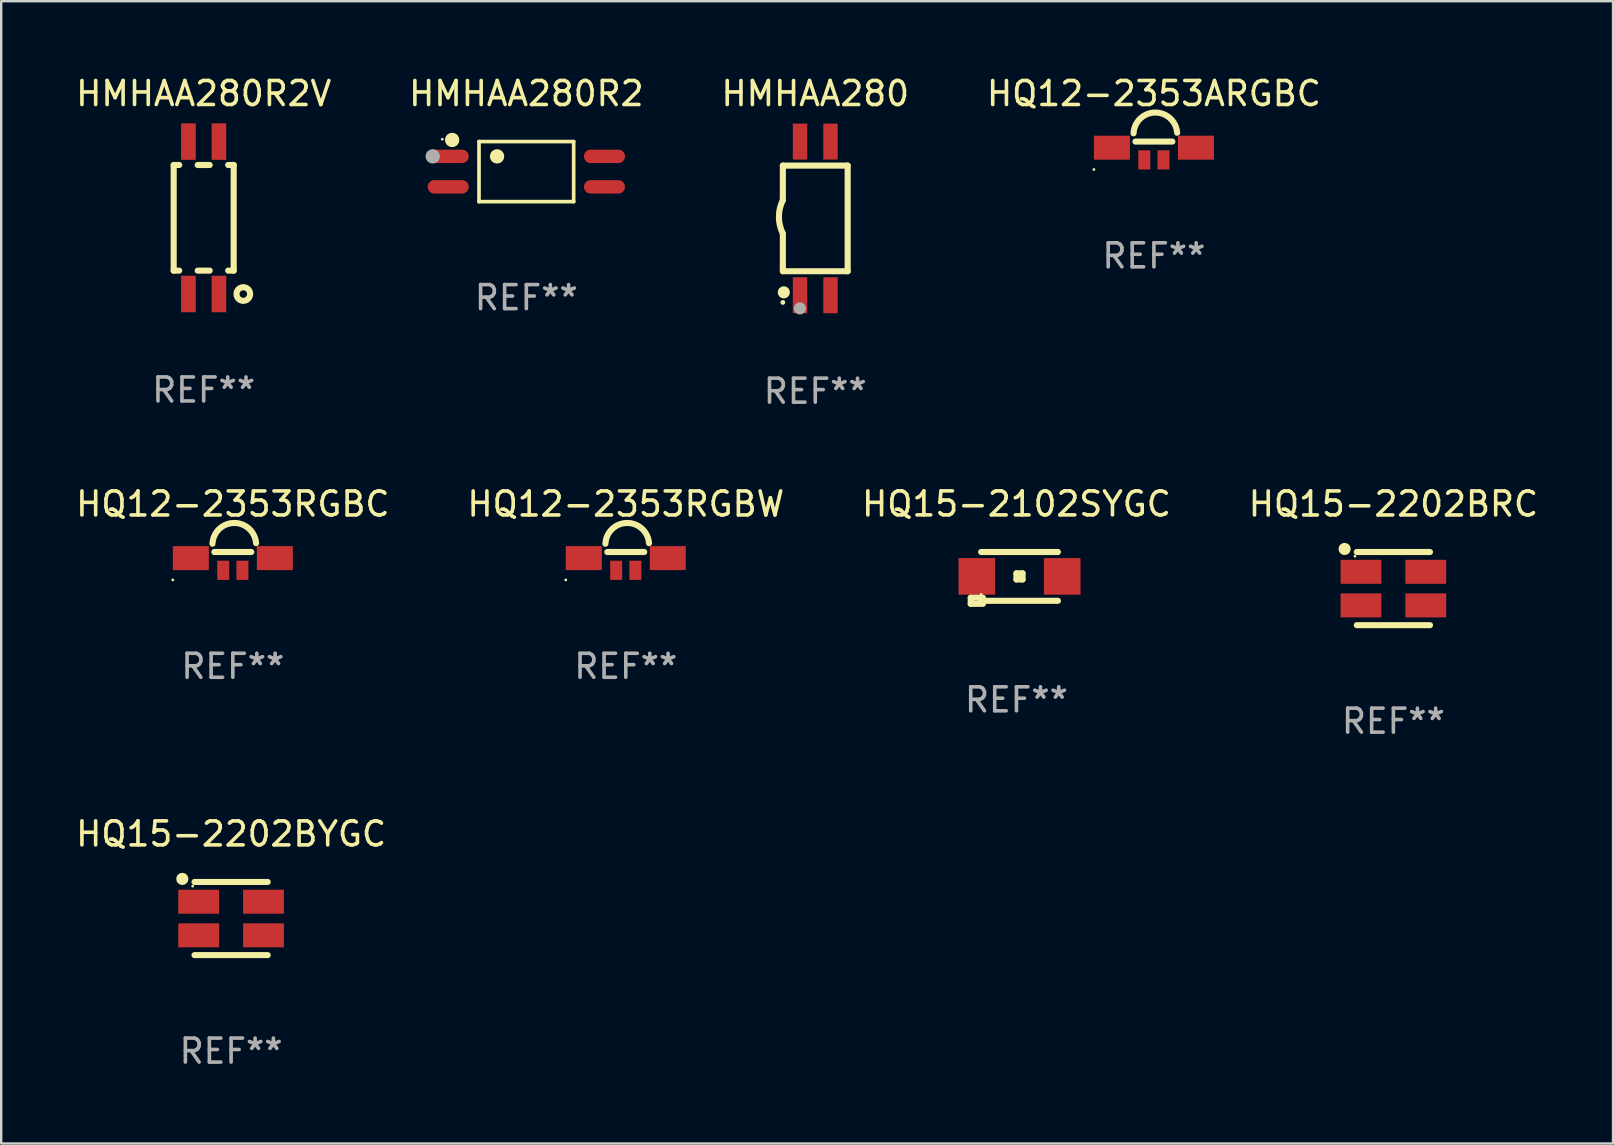
<source format=kicad_pcb>
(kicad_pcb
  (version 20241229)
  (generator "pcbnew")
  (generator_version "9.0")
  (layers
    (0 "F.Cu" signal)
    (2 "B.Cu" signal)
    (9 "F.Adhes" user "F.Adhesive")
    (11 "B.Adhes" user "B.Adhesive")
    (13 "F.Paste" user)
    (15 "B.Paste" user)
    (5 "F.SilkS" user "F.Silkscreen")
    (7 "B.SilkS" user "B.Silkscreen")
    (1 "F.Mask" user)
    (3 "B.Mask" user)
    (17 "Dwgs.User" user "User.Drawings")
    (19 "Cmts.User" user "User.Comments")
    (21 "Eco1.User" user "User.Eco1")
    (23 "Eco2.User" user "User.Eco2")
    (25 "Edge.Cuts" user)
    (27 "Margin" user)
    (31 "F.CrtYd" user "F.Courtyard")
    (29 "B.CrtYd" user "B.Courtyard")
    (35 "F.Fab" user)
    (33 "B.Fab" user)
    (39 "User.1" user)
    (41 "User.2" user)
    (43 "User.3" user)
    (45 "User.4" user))
  (footprint "HMHAA280R2"
    (layer "F.Cu")
    (at 18.875 4.099)
    (property "Reference" "HMHAA280R2" (at 0 -3.251 0) (layer "F.SilkS") (effects (font (size 1 1) (thickness 0.15))))
    (attr through_hole)
    (fp_line (start -1.971 -1.251) (end 1.972 -1.251) (stroke (width 0.152) (type solid)) (layer "F.SilkS"))
    (fp_line (start -1.971 1.251) (end -1.971 -1.251) (stroke (width 0.152) (type solid)) (layer "F.SilkS"))
    (fp_line (start 1.972 -1.251) (end 1.972 1.251) (stroke (width 0.152) (type solid)) (layer "F.SilkS"))
    (fp_line (start 1.972 1.251) (end -1.971 1.251) (stroke (width 0.152) (type solid)) (layer "F.SilkS"))
    (fp_circle (center -3.5 -1.35) (end -3.47 -1.35) (stroke (width 0.06) (type solid)) (fill no) (layer "F.SilkS"))
    (fp_circle (center -3.09 -1.319) (end -2.94 -1.319) (stroke (width 0.3) (type solid)) (fill no) (layer "F.SilkS"))
    (fp_circle (center -1.219 -0.635) (end -1.069 -0.635) (stroke (width 0.3) (type solid)) (fill no) (layer "F.SilkS"))
    (fp_circle (center -3.9 -0.635) (end -3.75 -0.635) (stroke (width 0.3) (type solid)) (fill no) (layer "F.Fab"))
    (fp_text user "REF**" (at 0 5.251 0) (layer "F.Fab") (effects (font (size 1 1) (thickness 0.15))))
    (pad "1" smd oval (at -3.255 -0.635 270) (size 0.56 1.71) (layers "F.Cu" "F.Mask" "F.Paste"))
    (pad "2" smd oval (at -3.255 0.635 270) (size 0.56 1.71) (layers "F.Cu" "F.Mask" "F.Paste"))
    (pad "3" smd oval (at 3.255 0.635 270) (size 0.56 1.71) (layers "F.Cu" "F.Mask" "F.Paste"))
    (pad "4" smd oval (at 3.255 -0.635 270) (size 0.56 1.71) (layers "F.Cu" "F.Mask" "F.Paste")))
  (footprint "HQ12-2353RGBC"
    (layer "F.Cu")
    (at 6.649 20.326)
    (property "Reference" "HQ12-2353RGBC" (at 0 -2.381 0) (layer "F.SilkS") (effects (font (size 1 1) (thickness 0.15))))
    (attr through_hole)
    (fp_line (start -0.769 -0.381) (end 0.769 -0.381) (stroke (width 0.254) (type solid)) (layer "F.SilkS"))
    (fp_arc (start -0.848566 -0.726213) (mid 0.048327 -1.590582) (end 0.967818 -0.750292) (stroke (width 0.254001) (type solid)) (layer "F.SilkS"))
    (fp_circle (center -2.5 0.781) (end -2.47 0.781) (stroke (width 0.06) (type solid)) (fill no) (layer "F.SilkS"))
    (fp_text user "REF**" (at 0 4.381 0) (layer "F.Fab") (effects (font (size 1 1) (thickness 0.15))))
    (pad "1" smd rect (at -0.4 0.381 270) (size 0.8 0.5) (layers "F.Cu" "F.Mask" "F.Paste"))
    (pad "2" smd rect (at 0.4 0.381 270) (size 0.8 0.5) (layers "F.Cu" "F.Mask" "F.Paste"))
    (pad "3" smd rect (at 1.75 -0.127 90) (size 1 1.5) (layers "F.Cu" "F.Mask" "F.Paste"))
    (pad "4" smd rect (at -1.75 -0.127 90) (size 1 1.5) (layers "F.Cu" "F.Mask" "F.Paste")))
  (footprint "HQ15-2202BRC"
    (layer "F.Cu")
    (at 54.994 21.469)
    (property "Reference" "HQ15-2202BRC" (at 0 -3.524 0) (layer "F.SilkS") (effects (font (size 1 1) (thickness 0.15))))
    (attr through_hole)
    (fp_line (start -1.524 -1.524) (end 1.524 -1.524) (stroke (width 0.254) (type solid)) (layer "F.SilkS"))
    (fp_line (start -1.524 1.524) (end 1.524 1.524) (stroke (width 0.254) (type solid)) (layer "F.SilkS"))
    (fp_circle (center -2.032 -1.651) (end -1.905 -1.651) (stroke (width 0.254) (type solid)) (fill no) (layer "F.SilkS"))
    (fp_circle (center -1.6 -1.35) (end -1.57 -1.35) (stroke (width 0.06) (type solid)) (fill no) (layer "F.SilkS"))
    (fp_text user "REF**" (at 0 5.524 0) (layer "F.Fab") (effects (font (size 1 1) (thickness 0.15))))
    (pad "1" smd rect (at -1.35 -0.7) (size 1.7 1) (layers "F.Cu" "F.Mask" "F.Paste"))
    (pad "2" smd rect (at 1.35 -0.7) (size 1.7 1) (layers "F.Cu" "F.Mask" "F.Paste"))
    (pad "3" smd rect (at -1.35 0.7) (size 1.7 1) (layers "F.Cu" "F.Mask" "F.Paste"))
    (pad "4" smd rect (at 1.35 0.7) (size 1.7 1) (layers "F.Cu" "F.Mask" "F.Paste")))
  (footprint "HMHAA280"
    (layer "F.Cu")
    (at 30.911 6.048)
    (property "Reference" "HMHAA280" (at 0 -5.2 0) (layer "F.SilkS") (effects (font (size 1 1) (thickness 0.15))))
    (attr through_hole)
    (fp_line (start -1.35 2.2) (end -1.35 0.635) (stroke (width 0.254) (type solid)) (layer "F.SilkS"))
    (fp_line (start -1.35 -2.2) (end -1.35 -0.762) (stroke (width 0.254) (type solid)) (layer "F.SilkS"))
    (fp_line (start -1.35 -2.2) (end 1.35 -2.2) (stroke (width 0.254) (type solid)) (layer "F.SilkS"))
    (fp_line (start 1.35 -2.2) (end 1.35 2.2) (stroke (width 0.254) (type solid)) (layer "F.SilkS"))
    (fp_line (start 1.35 2.2) (end -1.35 2.2) (stroke (width 0.254) (type solid)) (layer "F.SilkS"))
    (fp_arc (start -1.348731 0.635001) (mid -1.51405 -0.063354) (end -1.349975 -0.762002) (stroke (width 0.254001) (type solid)) (layer "F.SilkS"))
    (fp_circle (center -1.35 3.5) (end -1.3 3.5) (stroke (width 0.1) (type solid)) (fill no) (layer "F.SilkS"))
    (fp_circle (center -1.31 3.08) (end -1.183 3.08) (stroke (width 0.254) (type solid)) (fill no) (layer "F.SilkS"))
    (fp_circle (center -0.64 3.75) (end -0.513 3.75) (stroke (width 0.254) (type solid)) (fill no) (layer "F.Fab"))
    (fp_text user "REF**" (at 0 7.2 0) (layer "F.Fab") (effects (font (size 1 1) (thickness 0.15))))
    (pad "1" smd rect (at -0.635 3.2 180) (size 0.6 1.5) (layers "F.Cu" "F.Mask" "F.Paste"))
    (pad "2" smd rect (at 0.635 3.2 180) (size 0.6 1.5) (layers "F.Cu" "F.Mask" "F.Paste"))
    (pad "3" smd rect (at 0.635 -3.2 180) (size 0.6 1.5) (layers "F.Cu" "F.Mask" "F.Paste"))
    (pad "4" smd rect (at -0.635 -3.2 180) (size 0.6 1.5) (layers "F.Cu" "F.Mask" "F.Paste")))
  (footprint "HQ12-2353ARGBC"
    (layer "F.Cu")
    (at 45.018 3.229)
    (property "Reference" "HQ12-2353ARGBC" (at 0 -2.381 0) (layer "F.SilkS") (effects (font (size 1 1) (thickness 0.15))))
    (attr through_hole)
    (fp_line (start -0.769 -0.381) (end 0.769 -0.381) (stroke (width 0.254) (type solid)) (layer "F.SilkS"))
    (fp_arc (start -0.848566 -0.726213) (mid 0.048327 -1.590582) (end 0.967818 -0.750292) (stroke (width 0.254001) (type solid)) (layer "F.SilkS"))
    (fp_circle (center -2.5 0.781) (end -2.47 0.781) (stroke (width 0.06) (type solid)) (fill no) (layer "F.SilkS"))
    (fp_text user "REF**" (at 0 4.381 0) (layer "F.Fab") (effects (font (size 1 1) (thickness 0.15))))
    (pad "1" smd rect (at -0.4 0.381 270) (size 0.8 0.5) (layers "F.Cu" "F.Mask" "F.Paste"))
    (pad "2" smd rect (at 0.4 0.381 270) (size 0.8 0.5) (layers "F.Cu" "F.Mask" "F.Paste"))
    (pad "3" smd rect (at 1.75 -0.127 90) (size 1 1.5) (layers "F.Cu" "F.Mask" "F.Paste"))
    (pad "4" smd rect (at -1.75 -0.127 90) (size 1 1.5) (layers "F.Cu" "F.Mask" "F.Paste")))
  (footprint "HQ15-2202BYGC"
    (layer "F.Cu")
    (at 6.577 35.213)
    (property "Reference" "HQ15-2202BYGC" (at 0 -3.524 0) (layer "F.SilkS") (effects (font (size 1 1) (thickness 0.15))))
    (attr through_hole)
    (fp_line (start -1.524 -1.524) (end 1.524 -1.524) (stroke (width 0.254) (type solid)) (layer "F.SilkS"))
    (fp_line (start -1.524 1.524) (end 1.524 1.524) (stroke (width 0.254) (type solid)) (layer "F.SilkS"))
    (fp_circle (center -2.032 -1.651) (end -1.905 -1.651) (stroke (width 0.254) (type solid)) (fill no) (layer "F.SilkS"))
    (fp_circle (center -1.6 -1.35) (end -1.57 -1.35) (stroke (width 0.06) (type solid)) (fill no) (layer "F.SilkS"))
    (fp_text user "REF**" (at 0 5.524 0) (layer "F.Fab") (effects (font (size 1 1) (thickness 0.15))))
    (pad "1" smd rect (at -1.35 -0.7) (size 1.7 1) (layers "F.Cu" "F.Mask" "F.Paste"))
    (pad "2" smd rect (at 1.35 -0.7) (size 1.7 1) (layers "F.Cu" "F.Mask" "F.Paste"))
    (pad "3" smd rect (at -1.35 0.7) (size 1.7 1) (layers "F.Cu" "F.Mask" "F.Paste"))
    (pad "4" smd rect (at 1.35 0.7) (size 1.7 1) (layers "F.Cu" "F.Mask" "F.Paste")))
  (footprint "HQ15-2102SYGC"
    (layer "F.Cu")
    (at 39.292 21.024)
    (property "Reference" "HQ15-2102SYGC" (at 0 -3.08 0) (layer "F.SilkS") (effects (font (size 1 1) (thickness 0.15))))
    (attr through_hole)
    (fp_line (start -1.905 0.826) (end -1.397 0.826) (stroke (width 0.254) (type solid)) (layer "F.SilkS"))
    (fp_line (start -1.905 1.08) (end -1.905 0.826) (stroke (width 0.254) (type solid)) (layer "F.SilkS"))
    (fp_line (start -1.473 -1.08) (end 1.727 -1.08) (stroke (width 0.254) (type solid)) (layer "F.SilkS"))
    (fp_line (start -1.473 0.953) (end 1.727 0.953) (stroke (width 0.254) (type solid)) (layer "F.SilkS"))
    (fp_line (start -1.397 1.08) (end -1.905 1.08) (stroke (width 0.254) (type solid)) (layer "F.SilkS"))
    (fp_line (start 0 -0.191) (end 0.254 -0.191) (stroke (width 0.254) (type solid)) (layer "F.SilkS"))
    (fp_line (start 0 0.064) (end 0 -0.191) (stroke (width 0.254) (type solid)) (layer "F.SilkS"))
    (fp_line (start 0.254 -0.191) (end 0.254 0.064) (stroke (width 0.254) (type solid)) (layer "F.SilkS"))
    (fp_line (start 0.254 0.064) (end 0 0.064) (stroke (width 0.254) (type solid)) (layer "F.SilkS"))
    (fp_circle (center -1.473 0.687) (end -1.443 0.687) (stroke (width 0.06) (type solid)) (fill no) (layer "F.SilkS"))
    (fp_text user "REF**" (at 0 5.08 0) (layer "F.Fab") (effects (font (size 1 1) (thickness 0.15))))
    (pad "1" smd rect (at -1.651 -0.064) (size 1.524 1.524) (layers "F.Cu" "F.Mask" "F.Paste"))
    (pad "2" smd rect (at 1.905 -0.064) (size 1.524 1.524) (layers "F.Cu" "F.Mask" "F.Paste")))
  (footprint "HMHAA280R2V"
    (layer "F.Cu")
    (at 5.435 6.023)
    (property "Reference" "HMHAA280R2V" (at 0 -5.175 0) (layer "F.SilkS") (effects (font (size 1 1) (thickness 0.15))))
    (attr through_hole)
    (fp_line (start -1.25 -2.2) (end -1.25 2.2) (stroke (width 0.254) (type solid)) (layer "F.SilkS"))
    (fp_line (start -1.25 -2.2) (end -1.02 -2.2) (stroke (width 0.254) (type solid)) (layer "F.SilkS"))
    (fp_line (start -1.25 2.2) (end -1.02 2.2) (stroke (width 0.254) (type solid)) (layer "F.SilkS"))
    (fp_line (start -0.25 -2.2) (end 0.25 -2.2) (stroke (width 0.254) (type solid)) (layer "F.SilkS"))
    (fp_line (start -0.25 2.2) (end 0.25 2.2) (stroke (width 0.254) (type solid)) (layer "F.SilkS"))
    (fp_line (start 1.02 2.2) (end 1.25 2.2) (stroke (width 0.254) (type solid)) (layer "F.SilkS"))
    (fp_line (start 1.02 -2.2) (end 1.25 -2.2) (stroke (width 0.254) (type solid)) (layer "F.SilkS"))
    (fp_line (start 1.25 2.2) (end 1.25 -2.2) (stroke (width 0.254) (type solid)) (layer "F.SilkS"))
    (fp_circle (center 1.651 3.175) (end 1.935 3.175) (stroke (width 0.254) (type solid)) (fill no) (layer "F.SilkS"))
    (fp_text user "REF**" (at 0 7.175 0) (layer "F.Fab") (effects (font (size 1 1) (thickness 0.15))))
    (pad "1" smd rect (at 0.635 3.175 180) (size 0.61 1.52) (layers "F.Cu" "F.Mask" "F.Paste"))
    (pad "2" smd rect (at -0.635 3.175 180) (size 0.61 1.52) (layers "F.Cu" "F.Mask" "F.Paste"))
    (pad "3" smd rect (at -0.635 -3.175 180) (size 0.61 1.52) (layers "F.Cu" "F.Mask" "F.Paste"))
    (pad "4" smd rect (at 0.635 -3.175 180) (size 0.61 1.52) (layers "F.Cu" "F.Mask" "F.Paste")))
  (footprint "HQ12-2353RGBW"
    (layer "F.Cu")
    (at 23.018 20.326)
    (property "Reference" "HQ12-2353RGBW" (at 0 -2.381 0) (layer "F.SilkS") (effects (font (size 1 1) (thickness 0.15))))
    (attr through_hole)
    (fp_line (start -0.769 -0.381) (end 0.769 -0.381) (stroke (width 0.254) (type solid)) (layer "F.SilkS"))
    (fp_arc (start -0.848566 -0.726213) (mid 0.048327 -1.590582) (end 0.967818 -0.750292) (stroke (width 0.254001) (type solid)) (layer "F.SilkS"))
    (fp_circle (center -2.5 0.781) (end -2.47 0.781) (stroke (width 0.06) (type solid)) (fill no) (layer "F.SilkS"))
    (fp_text user "REF**" (at 0 4.381 0) (layer "F.Fab") (effects (font (size 1 1) (thickness 0.15))))
    (pad "1" smd rect (at -0.4 0.381 270) (size 0.8 0.5) (layers "F.Cu" "F.Mask" "F.Paste"))
    (pad "2" smd rect (at 0.4 0.381 270) (size 0.8 0.5) (layers "F.Cu" "F.Mask" "F.Paste"))
    (pad "3" smd rect (at 1.75 -0.127 90) (size 1 1.5) (layers "F.Cu" "F.Mask" "F.Paste"))
    (pad "4" smd rect (at -1.75 -0.127 90) (size 1 1.5) (layers "F.Cu" "F.Mask" "F.Paste")))
  (gr_rect
    (start -3 -3)
    (end 64.143 44.585)
    (stroke (width 0.1) (type default))
    (fill no)
    (layer "Edge.Cuts")))
</source>
